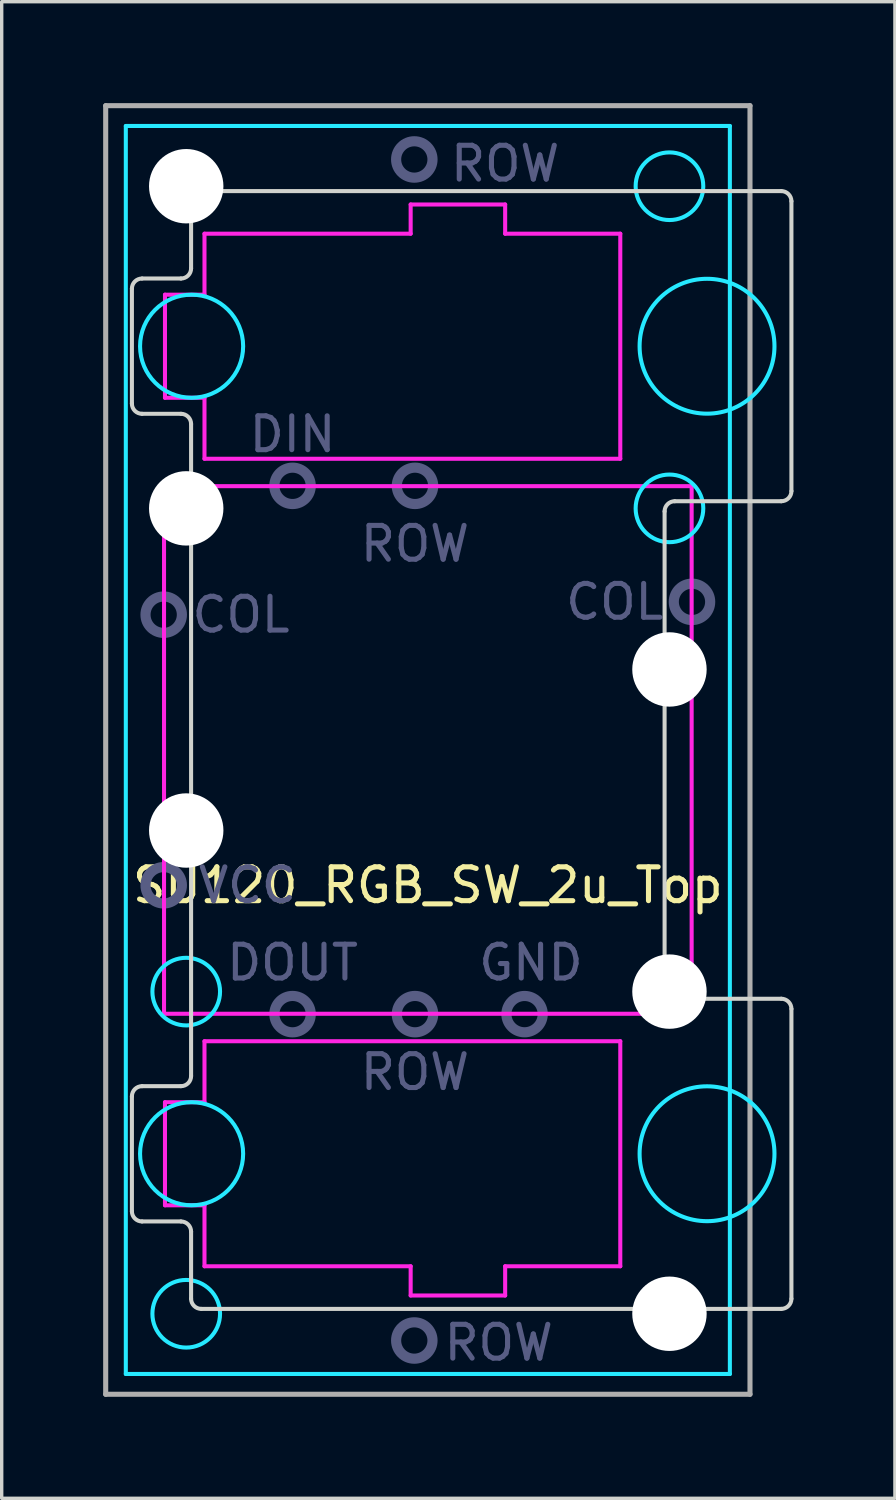
<source format=kicad_pcb>
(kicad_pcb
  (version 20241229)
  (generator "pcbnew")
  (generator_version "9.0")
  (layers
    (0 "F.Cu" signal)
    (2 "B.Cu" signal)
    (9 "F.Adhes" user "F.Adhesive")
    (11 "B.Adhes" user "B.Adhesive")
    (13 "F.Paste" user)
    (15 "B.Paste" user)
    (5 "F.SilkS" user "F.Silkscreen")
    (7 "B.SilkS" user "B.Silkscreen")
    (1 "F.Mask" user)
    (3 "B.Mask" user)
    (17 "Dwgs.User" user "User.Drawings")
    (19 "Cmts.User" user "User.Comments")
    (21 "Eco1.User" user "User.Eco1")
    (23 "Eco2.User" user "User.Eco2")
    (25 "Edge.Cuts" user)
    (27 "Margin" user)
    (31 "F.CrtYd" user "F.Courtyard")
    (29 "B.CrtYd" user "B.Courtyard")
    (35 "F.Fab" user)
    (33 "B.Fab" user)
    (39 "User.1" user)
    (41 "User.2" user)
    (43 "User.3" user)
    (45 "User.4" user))
  (footprint "SU120_RGB_SW_2u_Top"
    (layer "F.Cu")
    (at 9.6 19.125)
    (property "Reference" "SU120_RGB_SW_2u_Top" (at 0 4 0) (layer "F.SilkS") (effects (font (size 1 1) (thickness 0.15))))
    (attr through_hole)
    (fp_line (start -8.75 -10.24) (end -8.75 -13.64) (stroke (width 0.12) (type solid)) (layer "Edge.Cuts"))
    (fp_line (start -8.75 10.24) (end -8.75 13.64) (stroke (width 0.12) (type solid)) (layer "Edge.Cuts"))
    (fp_line (start -8.45 -13.94) (end -7.3 -13.94) (stroke (width 0.12) (type solid)) (layer "Edge.Cuts"))
    (fp_line (start -8.45 -9.94) (end -7.3 -9.94) (stroke (width 0.12) (type solid)) (layer "Edge.Cuts"))
    (fp_line (start -8.45 9.94) (end -7.3 9.94) (stroke (width 0.12) (type solid)) (layer "Edge.Cuts"))
    (fp_line (start -8.45 13.94) (end -7.3 13.94) (stroke (width 0.12) (type solid)) (layer "Edge.Cuts"))
    (fp_line (start -7 -16.225) (end -7 -14.24) (stroke (width 0.12) (type solid)) (layer "Edge.Cuts"))
    (fp_line (start -7 -9.64) (end -7 9.64) (stroke (width 0.12) (type solid)) (layer "Edge.Cuts"))
    (fp_line (start -7 16.225) (end -7 14.24) (stroke (width 0.12) (type solid)) (layer "Edge.Cuts"))
    (fp_line (start -6.7 16.525) (end 10.45 16.525) (stroke (width 0.12) (type solid)) (layer "Edge.Cuts"))
    (fp_line (start 7 7.055) (end 7 -7.055) (stroke (width 0.12) (type solid)) (layer "Edge.Cuts"))
    (fp_line (start 10.45 -16.525) (end -6.7 -16.525) (stroke (width 0.12) (type solid)) (layer "Edge.Cuts"))
    (fp_line (start 10.45 -7.355) (end 7.3 -7.355) (stroke (width 0.12) (type solid)) (layer "Edge.Cuts"))
    (fp_line (start 10.45 7.355) (end 7.3 7.355) (stroke (width 0.12) (type solid)) (layer "Edge.Cuts"))
    (fp_line (start 10.75 -16.225) (end 10.75 -7.655) (stroke (width 0.12) (type solid)) (layer "Edge.Cuts"))
    (fp_line (start 10.75 16.225) (end 10.75 7.655) (stroke (width 0.12) (type solid)) (layer "Edge.Cuts"))
    (fp_arc (start -8.75 -13.64) (mid -8.662132 -13.852132) (end -8.45 -13.94) (stroke (width 0.12) (type solid)) (layer "Edge.Cuts"))
    (fp_arc (start -8.75 10.24) (mid -8.662132 10.027868) (end -8.45 9.94) (stroke (width 0.12) (type solid)) (layer "Edge.Cuts"))
    (fp_arc (start -8.45 -9.94) (mid -8.662132 -10.027868) (end -8.75 -10.24) (stroke (width 0.12) (type solid)) (layer "Edge.Cuts"))
    (fp_arc (start -8.45 13.94) (mid -8.662132 13.852132) (end -8.75 13.64) (stroke (width 0.12) (type solid)) (layer "Edge.Cuts"))
    (fp_arc (start -7.3 -9.94) (mid -7.087868 -9.852132) (end -7 -9.64) (stroke (width 0.12) (type solid)) (layer "Edge.Cuts"))
    (fp_arc (start -7.3 13.94) (mid -7.087868 14.027868) (end -7 14.24) (stroke (width 0.12) (type solid)) (layer "Edge.Cuts"))
    (fp_arc (start -7 -16.225) (mid -6.912132 -16.437132) (end -6.7 -16.525) (stroke (width 0.12) (type solid)) (layer "Edge.Cuts"))
    (fp_arc (start -7 -14.24) (mid -7.087868 -14.027868) (end -7.3 -13.94) (stroke (width 0.12) (type solid)) (layer "Edge.Cuts"))
    (fp_arc (start -7 9.64) (mid -7.087868 9.852132) (end -7.3 9.94) (stroke (width 0.12) (type solid)) (layer "Edge.Cuts"))
    (fp_arc (start -6.7 16.525) (mid -6.912132 16.437132) (end -7 16.225) (stroke (width 0.12) (type solid)) (layer "Edge.Cuts"))
    (fp_arc (start 7 -7.055) (mid 7.087868 -7.267132) (end 7.3 -7.355) (stroke (width 0.12) (type solid)) (layer "Edge.Cuts"))
    (fp_arc (start 7.3 7.355) (mid 7.087868 7.267132) (end 7 7.055) (stroke (width 0.12) (type solid)) (layer "Edge.Cuts"))
    (fp_arc (start 10.45 -16.525) (mid 10.662132 -16.437132) (end 10.75 -16.225) (stroke (width 0.12) (type solid)) (layer "Edge.Cuts"))
    (fp_arc (start 10.45 7.355) (mid 10.662132 7.442868) (end 10.75 7.655) (stroke (width 0.12) (type solid)) (layer "Edge.Cuts"))
    (fp_arc (start 10.75 -7.655) (mid 10.662132 -7.442868) (end 10.45 -7.355) (stroke (width 0.12) (type solid)) (layer "Edge.Cuts"))
    (fp_arc (start 10.75 16.225) (mid 10.662132 16.437132) (end 10.45 16.525) (stroke (width 0.12) (type solid)) (layer "Edge.Cuts"))
    (fp_line (start -8.93 -18.45) (end 8.93 -18.45) (stroke (width 0.12) (type solid)) (layer "B.CrtYd"))
    (fp_line (start -8.93 18.45) (end -8.93 -18.45) (stroke (width 0.12) (type solid)) (layer "B.CrtYd"))
    (fp_line (start 8.93 -18.45) (end 8.93 18.45) (stroke (width 0.12) (type solid)) (layer "B.CrtYd"))
    (fp_line (start 8.93 18.45) (end -8.93 18.45) (stroke (width 0.12) (type solid)) (layer "B.CrtYd"))
    (fp_circle (center -7.144 -16.669) (end -6.144 -16.669) (stroke (width 0.12) (type solid)) (fill no) (layer "B.CrtYd"))
    (fp_circle (center -7.144 -7.144) (end -6.144 -7.144) (stroke (width 0.12) (type solid)) (fill no) (layer "B.CrtYd"))
    (fp_circle (center -7.144 2.381) (end -6.144 2.381) (stroke (width 0.12) (type solid)) (fill no) (layer "B.CrtYd"))
    (fp_circle (center -7.144 7.144) (end -6.144 7.144) (stroke (width 0.12) (type solid)) (fill no) (layer "B.CrtYd"))
    (fp_circle (center -7.144 16.669) (end -6.144 16.669) (stroke (width 0.12) (type solid)) (fill no) (layer "B.CrtYd"))
    (fp_circle (center -6.985 -11.938) (end -5.461 -11.938) (stroke (width 0.12) (type solid)) (fill no) (layer "B.CrtYd"))
    (fp_circle (center -6.985 11.938) (end -5.461 11.938) (stroke (width 0.12) (type solid)) (fill no) (layer "B.CrtYd"))
    (fp_circle (center 7.144 -16.669) (end 8.144 -16.669) (stroke (width 0.12) (type solid)) (fill no) (layer "B.CrtYd"))
    (fp_circle (center 7.144 -7.144) (end 8.144 -7.144) (stroke (width 0.12) (type solid)) (fill no) (layer "B.CrtYd"))
    (fp_circle (center 7.144 -2.381) (end 8.144 -2.381) (stroke (width 0.12) (type solid)) (fill no) (layer "B.CrtYd"))
    (fp_circle (center 7.144 7.144) (end 7.784 7.144) (stroke (width 0.12) (type solid)) (fill no) (layer "B.CrtYd"))
    (fp_circle (center 7.144 16.669) (end 8.144 16.669) (stroke (width 0.12) (type solid)) (fill no) (layer "B.CrtYd"))
    (fp_circle (center 8.255 -11.938) (end 10.249 -11.938) (stroke (width 0.12) (type solid)) (fill no) (layer "B.CrtYd"))
    (fp_circle (center 8.255 11.938) (end 10.249 11.938) (stroke (width 0.12) (type solid)) (fill no) (layer "B.CrtYd"))
    (fp_line (start -7.8 -7.8) (end 7.8 -7.8) (stroke (width 0.12) (type solid)) (layer "F.CrtYd"))
    (fp_line (start -7.8 7.8) (end -7.8 -7.8) (stroke (width 0.12) (type solid)) (layer "F.CrtYd"))
    (fp_line (start -7.772 -13.462) (end -6.604 -13.462) (stroke (width 0.12) (type solid)) (layer "F.CrtYd"))
    (fp_line (start -7.772 -10.414) (end -7.772 -13.462) (stroke (width 0.12) (type solid)) (layer "F.CrtYd"))
    (fp_line (start -7.772 -10.414) (end -6.604 -10.414) (stroke (width 0.12) (type solid)) (layer "F.CrtYd"))
    (fp_line (start -7.772 10.414) (end -6.604 10.414) (stroke (width 0.12) (type solid)) (layer "F.CrtYd"))
    (fp_line (start -7.772 13.462) (end -7.772 10.414) (stroke (width 0.12) (type solid)) (layer "F.CrtYd"))
    (fp_line (start -7.772 13.462) (end -6.604 13.462) (stroke (width 0.12) (type solid)) (layer "F.CrtYd"))
    (fp_line (start -6.604 -15.265) (end -6.604 -13.462) (stroke (width 0.12) (type solid)) (layer "F.CrtYd"))
    (fp_line (start -6.604 -15.265) (end -0.508 -15.265) (stroke (width 0.12) (type solid)) (layer "F.CrtYd"))
    (fp_line (start -6.604 -8.611) (end -6.604 -10.414) (stroke (width 0.12) (type solid)) (layer "F.CrtYd"))
    (fp_line (start -6.604 -8.611) (end 5.69 -8.611) (stroke (width 0.12) (type solid)) (layer "F.CrtYd"))
    (fp_line (start -6.604 8.611) (end -6.604 10.414) (stroke (width 0.12) (type solid)) (layer "F.CrtYd"))
    (fp_line (start -6.604 8.611) (end 5.69 8.611) (stroke (width 0.12) (type solid)) (layer "F.CrtYd"))
    (fp_line (start -6.604 15.265) (end -6.604 13.462) (stroke (width 0.12) (type solid)) (layer "F.CrtYd"))
    (fp_line (start -6.604 15.265) (end -0.508 15.265) (stroke (width 0.12) (type solid)) (layer "F.CrtYd"))
    (fp_line (start -0.508 -16.129) (end 2.286 -16.129) (stroke (width 0.12) (type solid)) (layer "F.CrtYd"))
    (fp_line (start -0.508 -15.265) (end -0.508 -16.129) (stroke (width 0.12) (type solid)) (layer "F.CrtYd"))
    (fp_line (start -0.508 15.265) (end -0.508 16.129) (stroke (width 0.12) (type solid)) (layer "F.CrtYd"))
    (fp_line (start 2.286 -15.265) (end 2.286 -16.129) (stroke (width 0.12) (type solid)) (layer "F.CrtYd"))
    (fp_line (start 2.286 -15.265) (end 5.69 -15.265) (stroke (width 0.12) (type solid)) (layer "F.CrtYd"))
    (fp_line (start 2.286 15.265) (end 2.286 16.129) (stroke (width 0.12) (type solid)) (layer "F.CrtYd"))
    (fp_line (start 2.286 15.265) (end 5.69 15.265) (stroke (width 0.12) (type solid)) (layer "F.CrtYd"))
    (fp_line (start 2.286 16.129) (end -0.508 16.129) (stroke (width 0.12) (type solid)) (layer "F.CrtYd"))
    (fp_line (start 5.69 -8.611) (end 5.69 -15.265) (stroke (width 0.12) (type solid)) (layer "F.CrtYd"))
    (fp_line (start 5.69 15.265) (end 5.69 8.611) (stroke (width 0.12) (type solid)) (layer "F.CrtYd"))
    (fp_line (start 7.8 -7.8) (end 7.8 7.8) (stroke (width 0.12) (type solid)) (layer "F.CrtYd"))
    (fp_line (start 7.8 7.8) (end -7.8 7.8) (stroke (width 0.12) (type solid)) (layer "F.CrtYd"))
    (fp_circle (center -7.81 -4) (end -7.272 -4) (stroke (width 0.3) (type solid)) (fill no) (layer "B.Fab"))
    (fp_circle (center -7.81 4) (end -7.272 4) (stroke (width 0.3) (type solid)) (fill no) (layer "B.Fab"))
    (fp_circle (center -4 -7.81) (end -3.462 -7.81) (stroke (width 0.3) (type solid)) (fill no) (layer "B.Fab"))
    (fp_circle (center -4 7.81) (end -3.462 7.81) (stroke (width 0.3) (type solid)) (fill no) (layer "B.Fab"))
    (fp_circle (center -0.4 -17.46) (end 0.138 -17.46) (stroke (width 0.3) (type solid)) (fill no) (layer "B.Fab"))
    (fp_circle (center -0.4 17.46) (end 0.138 17.46) (stroke (width 0.3) (type solid)) (fill no) (layer "B.Fab"))
    (fp_circle (center -0.38 -7.81) (end 0.158 -7.81) (stroke (width 0.3) (type solid)) (fill no) (layer "B.Fab"))
    (fp_circle (center -0.38 7.81) (end 0.158 7.81) (stroke (width 0.3) (type solid)) (fill no) (layer "B.Fab"))
    (fp_circle (center 2.86 7.81) (end 3.397 7.81) (stroke (width 0.3) (type solid)) (fill no) (layer "B.Fab"))
    (fp_circle (center 7.81 -4.38) (end 8.348 -4.38) (stroke (width 0.3) (type solid)) (fill no) (layer "B.Fab"))
    (fp_line (start -9.525 -19.05) (end -9.525 19.05) (stroke (width 0.15) (type solid)) (layer "F.Fab"))
    (fp_line (start -9.525 19.05) (end 9.525 19.05) (stroke (width 0.15) (type solid)) (layer "F.Fab"))
    (fp_line (start 9.525 -19.05) (end -9.525 -19.05) (stroke (width 0.15) (type solid)) (layer "F.Fab"))
    (fp_line (start 9.525 19.05) (end 9.525 -19.05) (stroke (width 0.15) (type solid)) (layer "F.Fab"))
    (fp_text user "COL" (at 5.524 -4.381 0) (layer "B.Fab") (effects (font (size 1 1) (thickness 0.15))))
    (fp_text user "ROW" (at -0.381 -6.096 0) (layer "B.Fab") (effects (font (size 1 1) (thickness 0.15))))
    (fp_text user "ROW" (at 2.286 -17.335 0) (layer "B.Fab") (effects (font (size 1 1) (thickness 0.15))))
    (fp_text user "ROW" (at 2.095 17.526 0) (layer "B.Fab") (effects (font (size 1 1) (thickness 0.15))))
    (fp_text user "GND" (at 3.048 6.287 0) (layer "B.Fab") (effects (font (size 1 1) (thickness 0.15))))
    (fp_text user "ROW" (at -0.381 9.525 0) (layer "B.Fab") (effects (font (size 1 1) (thickness 0.15))))
    (fp_text user "COL" (at -5.524 -4 0) (layer "B.Fab") (effects (font (size 1 1) (thickness 0.15))))
    (fp_text user "DIN" (at -4 -9.335 0) (layer "B.Fab") (effects (font (size 1 1) (thickness 0.15))))
    (fp_text user "VCC" (at -5.334 4 0) (layer "B.Fab") (effects (font (size 1 1) (thickness 0.15))))
    (fp_text user "DOUT" (at -4 6.287 0) (layer "B.Fab") (effects (font (size 1 1) (thickness 0.15))))
    (pad "" np_thru_hole circle (at -7.144 -16.669) (size 2.2 2.2) (drill 2.2) (layers "*.Cu" "*.Mask"))
    (pad "" np_thru_hole circle (at -7.144 -7.144) (size 2.2 2.2) (drill 2.2) (layers "*.Cu" "*.Mask"))
    (pad "" np_thru_hole circle (at -7.144 2.381) (size 2.2 2.2) (drill 2.2) (layers "*.Cu" "*.Mask"))
    (pad "" np_thru_hole circle (at 7.144 -2.381) (size 2.2 2.2) (drill 2.2) (layers "*.Cu" "*.Mask"))
    (pad "" np_thru_hole circle (at 7.144 7.144) (size 2.2 2.2) (drill 2.2) (layers "*.Cu" "*.Mask"))
    (pad "" np_thru_hole circle (at 7.144 16.669) (size 2.2 2.2) (drill 2.2) (layers "*.Cu" "*.Mask")))
  (gr_rect
    (start -3 -3)
    (end 23.41 41.25)
    (stroke (width 0.1) (type default))
    (fill no)
    (layer "Edge.Cuts")))
</source>
